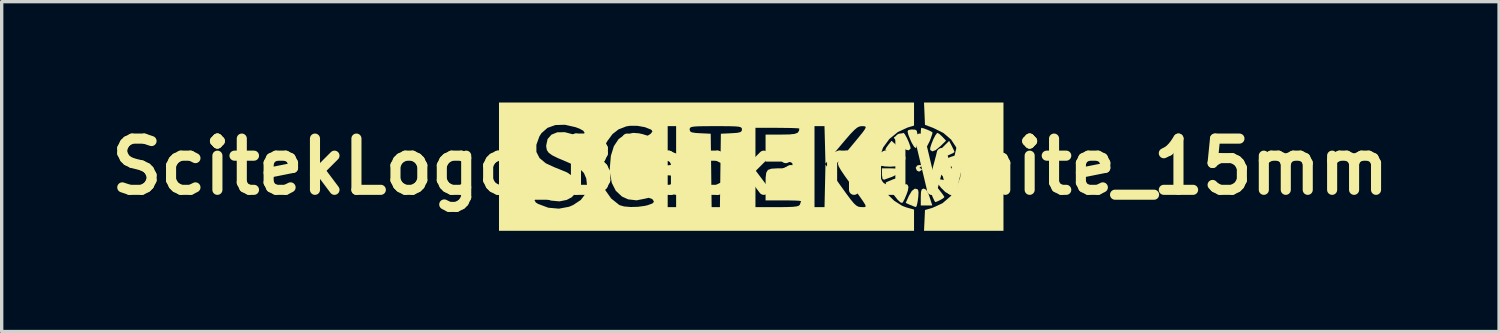
<source format=kicad_pcb>
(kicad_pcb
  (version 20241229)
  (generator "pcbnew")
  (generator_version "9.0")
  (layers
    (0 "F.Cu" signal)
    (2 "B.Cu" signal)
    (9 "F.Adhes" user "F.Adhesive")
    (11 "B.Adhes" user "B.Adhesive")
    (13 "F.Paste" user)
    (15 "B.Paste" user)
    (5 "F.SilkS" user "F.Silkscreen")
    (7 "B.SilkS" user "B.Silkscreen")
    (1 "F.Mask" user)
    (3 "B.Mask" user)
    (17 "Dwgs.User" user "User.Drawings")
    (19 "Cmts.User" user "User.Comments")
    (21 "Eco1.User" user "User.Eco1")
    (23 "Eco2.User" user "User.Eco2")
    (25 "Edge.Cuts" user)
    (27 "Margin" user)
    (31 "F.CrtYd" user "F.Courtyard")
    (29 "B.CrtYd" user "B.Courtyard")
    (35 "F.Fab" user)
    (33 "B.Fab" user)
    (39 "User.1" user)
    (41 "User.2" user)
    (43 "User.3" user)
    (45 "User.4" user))
  (footprint "ScitekLogo_BlackandWhite_15mm"
    (layer "F.Cu")
    (at 19.275 1.908)
    (property "Reference" "ScitekLogo_BlackandWhite_15mm" (at 0 0 0) (layer "F.SilkS") (effects (font (size 1.524 1.524) (thickness 0.3))))
    (attr board_only exclude_from_pos_files exclude_from_bom)
    (fp_poly (pts (xy 5.232 0.688) (xy 5.296 0.804) (xy 5.332 0.904) (xy 5.412 1.155) (xy 5.07 1.155) (xy 5.07 0.904) (xy 5.076 0.751) (xy 5.1 0.676) (xy 5.15 0.653) (xy 5.161 0.653)) (stroke (width 0) (type solid)) (fill yes) (layer "F.SilkS"))
    (fp_poly (pts (xy 5.106 -0.042) (xy 5.088 -0.012) (xy 5.07 0) (xy 5.027 0.04) (xy 5.06 0.049) (xy 5.102 0.078) (xy 5.095 0.1) (xy 5.021 0.149) (xy 4.953 0.117) (xy 4.918 0.033) (xy 4.964 -0.034) (xy 5.032 -0.049)) (stroke (width 0) (type solid)) (fill yes) (layer "F.SilkS"))
    (fp_poly (pts (xy 6.15 -0.322) (xy 6.171 -0.267) (xy 6.174 -0.179) (xy 6.174 0) (xy 5.932 0) (xy 5.783 -0.006) (xy 5.679 -0.023) (xy 5.656 -0.033) (xy 5.625 -0.101) (xy 5.681 -0.165) (xy 5.79 -0.219) (xy 5.977 -0.296) (xy 6.091 -0.33)) (stroke (width 0) (type solid)) (fill yes) (layer "F.SilkS"))
    (fp_poly (pts (xy 4.319 0.056) (xy 4.394 0.08) (xy 4.417 0.13) (xy 4.417 0.141) (xy 4.368 0.226) (xy 4.229 0.298) (xy 4.092 0.347) (xy 3.991 0.384) (xy 3.978 0.389) (xy 3.933 0.367) (xy 3.916 0.255) (xy 3.915 0.231) (xy 3.915 0.05) (xy 4.166 0.05)) (stroke (width 0) (type solid)) (fill yes) (layer "F.SilkS"))
    (fp_poly (pts (xy 4.675 0.539) (xy 4.703 0.602) (xy 4.687 0.71) (xy 4.647 0.825) (xy 4.588 0.964) (xy 4.536 1.059) (xy 4.518 1.079) (xy 4.462 1.062) (xy 4.381 0.985) (xy 4.369 0.97) (xy 4.262 0.834) (xy 4.439 0.657) (xy 4.556 0.552) (xy 4.631 0.519)) (stroke (width 0) (type solid)) (fill yes) (layer "F.SilkS"))
    (fp_poly (pts (xy 4.971 0.672) (xy 4.991 0.698) (xy 5.002 0.768) (xy 4.996 0.889) (xy 4.979 1.025) (xy 4.956 1.141) (xy 4.93 1.201) (xy 4.925 1.202) (xy 4.861 1.182) (xy 4.758 1.14) (xy 4.621 1.079) (xy 4.718 0.866) (xy 4.804 0.722) (xy 4.893 0.654)) (stroke (width 0) (type solid)) (fill yes) (layer "F.SilkS"))
    (fp_poly (pts (xy 5.624 -0.971) (xy 5.711 -0.891) (xy 5.714 -0.888) (xy 5.822 -0.772) (xy 5.657 -0.612) (xy 5.514 -0.492) (xy 5.414 -0.454) (xy 5.349 -0.497) (xy 5.352 -0.563) (xy 5.389 -0.681) (xy 5.444 -0.816) (xy 5.504 -0.933) (xy 5.554 -0.999) (xy 5.566 -1.004)) (stroke (width 0) (type solid)) (fill yes) (layer "F.SilkS"))
    (fp_poly (pts (xy 5.743 0.394) (xy 5.844 0.428) (xy 6.002 0.502) (xy 6.065 0.576) (xy 6.04 0.659) (xy 5.982 0.72) (xy 5.913 0.779) (xy 5.861 0.792) (xy 5.797 0.752) (xy 5.695 0.651) (xy 5.672 0.627) (xy 5.564 0.492) (xy 5.541 0.406) (xy 5.603 0.371)) (stroke (width 0) (type solid)) (fill yes) (layer "F.SilkS"))
    (fp_poly (pts (xy 4.387 -0.598) (xy 4.507 -0.47) (xy 4.547 -0.374) (xy 4.541 -0.339) (xy 4.513 -0.28) (xy 4.473 -0.261) (xy 4.397 -0.284) (xy 4.259 -0.349) (xy 4.229 -0.364) (xy 4.104 -0.434) (xy 4.027 -0.489) (xy 4.016 -0.506) (xy 4.044 -0.567) (xy 4.108 -0.655) (xy 4.2 -0.769)) (stroke (width 0) (type solid)) (fill yes) (layer "F.SilkS"))
    (fp_poly (pts (xy 5.994 -0.612) (xy 6.047 -0.502) (xy 6.073 -0.438) (xy 6.074 -0.435) (xy 6.032 -0.405) (xy 5.931 -0.357) (xy 5.805 -0.306) (xy 5.69 -0.266) (xy 5.624 -0.251) (xy 5.558 -0.288) (xy 5.543 -0.307) (xy 5.557 -0.369) (xy 5.629 -0.474) (xy 5.711 -0.565) (xy 5.914 -0.767)) (stroke (width 0) (type solid)) (fill yes) (layer "F.SilkS"))
    (fp_poly (pts (xy 4.905 -1.1) (xy 4.95 -1.069) (xy 4.967 -0.988) (xy 4.97 -0.832) (xy 4.97 -0.828) (xy 4.961 -0.672) (xy 4.938 -0.573) (xy 4.918 -0.552) (xy 4.87 -0.594) (xy 4.805 -0.702) (xy 4.767 -0.782) (xy 4.699 -0.95) (xy 4.677 -1.047) (xy 4.704 -1.091) (xy 4.784 -1.104) (xy 4.819 -1.104)) (stroke (width 0) (type solid)) (fill yes) (layer "F.SilkS"))
    (fp_poly (pts (xy 4.092 -0.334) (xy 4.214 -0.291) (xy 4.26 -0.273) (xy 4.387 -0.21) (xy 4.434 -0.148) (xy 4.431 -0.097) (xy 4.399 -0.039) (xy 4.325 -0.01) (xy 4.184 -0.000301) (xy 4.135 0) (xy 3.986 -0.008) (xy 3.888 -0.029) (xy 3.865 -0.048) (xy 3.886 -0.137) (xy 3.936 -0.245) (xy 3.991 -0.329) (xy 4.023 -0.351)) (stroke (width 0) (type solid)) (fill yes) (layer "F.SilkS"))
    (fp_poly (pts (xy 4.597 -0.962) (xy 4.653 -0.86) (xy 4.711 -0.732) (xy 4.754 -0.613) (xy 4.769 -0.543) (xy 4.73 -0.501) (xy 4.7 -0.486) (xy 4.628 -0.505) (xy 4.518 -0.582) (xy 4.439 -0.656) (xy 4.338 -0.766) (xy 4.278 -0.846) (xy 4.27 -0.871) (xy 4.348 -0.92) (xy 4.457 -0.972) (xy 4.545 -1.002) (xy 4.558 -1.004)) (stroke (width 0) (type solid)) (fill yes) (layer "F.SilkS"))
    (fp_poly (pts (xy 5.162 -1.137) (xy 5.269 -1.097) (xy 5.369 -1.051) (xy 5.42 -1.016) (xy 5.421 -1.013) (xy 5.405 -0.952) (xy 5.363 -0.831) (xy 5.339 -0.767) (xy 5.259 -0.61) (xy 5.178 -0.552) (xy 5.103 -0.586) (xy 5.087 -0.645) (xy 5.076 -0.763) (xy 5.07 -0.907) (xy 5.07 -1.042) (xy 5.078 -1.134) (xy 5.088 -1.155)) (stroke (width 0) (type solid)) (fill yes) (layer "F.SilkS"))
    (fp_poly (pts (xy 5.495 0.555) (xy 5.581 0.644) (xy 5.615 0.685) (xy 5.706 0.802) (xy 5.763 0.885) (xy 5.773 0.907) (xy 5.734 0.943) (xy 5.645 0.995) (xy 5.551 1.04) (xy 5.5 1.054) (xy 5.473 1.012) (xy 5.424 0.906) (xy 5.399 0.845) (xy 5.351 0.709) (xy 5.346 0.629) (xy 5.382 0.57) (xy 5.387 0.565) (xy 5.438 0.533)) (stroke (width 0) (type solid)) (fill yes) (layer "F.SilkS"))
    (fp_poly (pts (xy 4.467 0.338) (xy 4.502 0.359) (xy 4.532 0.405) (xy 4.509 0.469) (xy 4.423 0.571) (xy 4.384 0.61) (xy 4.273 0.718) (xy 4.19 0.788) (xy 4.161 0.803) (xy 4.123 0.761) (xy 4.076 0.658) (xy 4.071 0.644) (xy 4.037 0.534) (xy 4.027 0.476) (xy 4.028 0.474) (xy 4.078 0.449) (xy 4.188 0.402) (xy 4.236 0.381) (xy 4.378 0.334)) (stroke (width 0) (type solid)) (fill yes) (layer "F.SilkS"))
    (fp_poly (pts (xy 6.093 0.069) (xy 6.166 0.095) (xy 6.205 0.14) (xy 6.19 0.217) (xy 6.153 0.295) (xy 6.096 0.397) (xy 6.062 0.447) (xy 6.06 0.448) (xy 6.012 0.426) (xy 5.904 0.376) (xy 5.848 0.35) (xy 5.727 0.283) (xy 5.659 0.222) (xy 5.652 0.204) (xy 5.664 0.106) (xy 5.665 0.1) (xy 5.714 0.07) (xy 5.826 0.054) (xy 5.965 0.054)) (stroke (width 0) (type solid)) (fill yes) (layer "F.SilkS"))
    (fp_poly (pts (xy 7.53 1.908) (xy 5.166 1.908) (xy 5.181 1.599) (xy 5.195 1.29) (xy 5.421 1.224) (xy 5.715 1.089) (xy 5.955 0.883) (xy 6.133 0.622) (xy 6.242 0.322) (xy 6.277 0.002) (xy 6.229 -0.324) (xy 6.144 -0.544) (xy 5.973 -0.804) (xy 5.743 -1.002) (xy 5.437 -1.153) (xy 5.195 -1.244) (xy 5.181 -1.576) (xy 5.166 -1.908) (xy 7.53 -1.908)) (stroke (width 0) (type solid)) (fill yes) (layer "F.SilkS"))
    (fp_poly (pts (xy 4.869 -1.221) (xy 4.676 -1.163) (xy 4.387 -1.029) (xy 4.134 -0.822) (xy 3.948 -0.568) (xy 3.942 -0.554) (xy 3.843 -0.265) (xy 3.81 0.055) (xy 3.845 0.369) (xy 3.92 0.586) (xy 4.071 0.814) (xy 4.281 1.016) (xy 4.517 1.166) (xy 4.656 1.218) (xy 4.869 1.276) (xy 4.869 1.908) (xy -7.479 1.908) (xy -7.479 1.004) (xy -6.42 1.004) (xy -6.382 1.068) (xy -6.315 1.109) (xy -6.012 1.222) (xy -5.696 1.25) (xy -5.454 1.205) (xy -2.46 1.205) (xy -2.209 1.205) (xy -2.209 -1.107) (xy -1.807 -1.107) (xy -1.794 -1.052) (xy -1.742 -1.02) (xy -1.627 -1.002) (xy -1.493 -0.994) (xy -1.18 -0.979) (xy -1.166 0.113) (xy -1.153 1.205) (xy -0.906 1.205) (xy 0.151 1.205) (xy 0.798 1.205) (xy 1.908 1.205) (xy 2.206 1.205) (xy 2.22 0.57) (xy 2.234 -0.064) (xy 2.686 0.569) (xy 2.859 0.81) (xy 2.987 0.981) (xy 3.082 1.094) (xy 3.155 1.16) (xy 3.217 1.193) (xy 3.281 1.203) (xy 3.303 1.203) (xy 3.37 1.205) (xy 3.414 1.201) (xy 3.431 1.179) (xy 3.415 1.13) (xy 3.36 1.041) (xy 3.262 0.9) (xy 3.114 0.697) (xy 2.976 0.508) (xy 2.809 0.276) (xy 2.697 0.11) (xy 2.631 -0.003) (xy 2.605 -0.078) (xy 2.611 -0.128) (xy 2.622 -0.145) (xy 2.678 -0.215) (xy 2.783 -0.343) (xy 2.92 -0.509) (xy 3.04 -0.653) (xy 3.219 -0.869) (xy 3.341 -1.02) (xy 3.41 -1.117) (xy 3.433 -1.172) (xy 3.416 -1.197) (xy 3.364 -1.204) (xy 3.317 -1.205) (xy 3.249 -1.196) (xy 3.178 -1.162) (xy 3.092 -1.09) (xy 2.976 -0.97) (xy 2.819 -0.789) (xy 2.699 -0.647) (xy 2.234 -0.089) (xy 2.22 -0.647) (xy 2.205 -1.205) (xy 1.908 -1.205) (xy 1.908 1.205) (xy 0.798 1.205) (xy 1.07 1.203) (xy 1.258 1.196) (xy 1.377 1.183) (xy 1.444 1.161) (xy 1.474 1.129) (xy 1.475 1.125) (xy 1.502 1.045) (xy 1.506 1.025) (xy 1.459 1.016) (xy 1.333 1.009) (xy 1.147 1.005) (xy 0.979 1.004) (xy 0.452 1.004) (xy 0.452 0.558) (xy 0.454 0.328) (xy 0.472 0.181) (xy 0.522 0.098) (xy 0.623 0.061) (xy 0.792 0.051) (xy 0.933 0.05) (xy 1.108 0.047) (xy 1.205 0.033) (xy 1.247 0.000476) (xy 1.255 -0.05) (xy 1.247 -0.1) (xy 1.208 -0.13) (xy 1.119 -0.145) (xy 0.959 -0.15) (xy 0.853 -0.151) (xy 0.452 -0.151) (xy 0.452 -0.954) (xy 0.923 -0.954) (xy 1.163 -0.958) (xy 1.319 -0.975) (xy 1.408 -1.009) (xy 1.448 -1.068) (xy 1.456 -1.134) (xy 1.409 -1.141) (xy 1.28 -1.148) (xy 1.088 -1.152) (xy 0.851 -1.154) (xy 0.803 -1.155) (xy 0.151 -1.155) (xy 0.151 1.205) (xy -0.906 1.205) (xy -0.892 0.113) (xy -0.878 -0.979) (xy -0.565 -0.994) (xy -0.391 -1.006) (xy -0.296 -1.027) (xy -0.257 -1.065) (xy -0.251 -1.107) (xy -0.256 -1.144) (xy -0.282 -1.17) (xy -0.343 -1.188) (xy -0.453 -1.198) (xy -0.628 -1.203) (xy -0.881 -1.205) (xy -1.029 -1.205) (xy -1.324 -1.204) (xy -1.533 -1.201) (xy -1.672 -1.193) (xy -1.753 -1.179) (xy -1.793 -1.157) (xy -1.806 -1.125) (xy -1.807 -1.107) (xy -2.209 -1.107) (xy -2.209 -1.205) (xy -2.46 -1.205) (xy -2.46 1.205) (xy -5.454 1.205) (xy -5.393 1.193) (xy -5.272 1.142) (xy -5.046 0.992) (xy -4.911 0.816) (xy -4.861 0.601) (xy -4.86 0.555) (xy -4.883 0.35) (xy -4.953 0.188) (xy -5.086 0.054) (xy -5.135 0.025) (xy -4.44 0.025) (xy -4.434 0.272) (xy -4.413 0.45) (xy -4.374 0.588) (xy -4.332 0.678) (xy -4.142 0.947) (xy -3.901 1.14) (xy -3.89 1.146) (xy -3.759 1.184) (xy -3.565 1.201) (xy -3.347 1.195) (xy -3.139 1.167) (xy -3.055 1.147) (xy -2.916 1.096) (xy -2.868 1.046) (xy -2.901 0.985) (xy -2.93 0.959) (xy -3.027 0.927) (xy -3.135 0.953) (xy -3.386 1.002) (xy -3.637 0.973) (xy -3.82 0.89) (xy -4.005 0.716) (xy -4.123 0.482) (xy -4.177 0.178) (xy -4.181 0.029) (xy -4.15 -0.325) (xy -4.06 -0.611) (xy -3.918 -0.823) (xy -3.726 -0.956) (xy -3.489 -1.004) (xy -3.482 -1.004) (xy -3.318 -0.992) (xy -3.183 -0.962) (xy -3.153 -0.949) (xy -3.053 -0.922) (xy -2.968 -0.976) (xy -2.915 -1.044) (xy -2.937 -1.088) (xy -2.962 -1.105) (xy -3.136 -1.174) (xy -3.358 -1.214) (xy -3.58 -1.216) (xy -3.695 -1.197) (xy -3.923 -1.108) (xy -4.101 -0.97) (xy -4.255 -0.762) (xy -4.294 -0.694) (xy -4.367 -0.553) (xy -4.411 -0.429) (xy -4.433 -0.29) (xy -4.44 -0.1) (xy -4.44 0.025) (xy -5.135 0.025) (xy -5.294 -0.068) (xy -5.482 -0.151) (xy -5.729 -0.255) (xy -5.897 -0.338) (xy -6 -0.413) (xy -6.054 -0.492) (xy -6.073 -0.587) (xy -6.074 -0.634) (xy -6.033 -0.821) (xy -5.918 -0.952) (xy -5.743 -1.022) (xy -5.52 -1.025) (xy -5.283 -0.963) (xy -5.126 -0.909) (xy -5.034 -0.895) (xy -4.979 -0.919) (xy -4.967 -0.932) (xy -4.932 -1.006) (xy -4.971 -1.069) (xy -5.092 -1.134) (xy -5.204 -1.175) (xy -5.519 -1.246) (xy -5.8 -1.238) (xy -6.036 -1.154) (xy -6.216 -0.996) (xy -6.277 -0.899) (xy -6.367 -0.651) (xy -6.366 -0.437) (xy -6.272 -0.254) (xy -6.084 -0.098) (xy -5.799 0.032) (xy -5.748 0.05) (xy -5.451 0.173) (xy -5.251 0.311) (xy -5.148 0.465) (xy -5.14 0.612) (xy -5.201 0.789) (xy -5.315 0.911) (xy -5.465 0.99) (xy -5.681 1.033) (xy -5.932 1.01) (xy -6.181 0.924) (xy -6.194 0.918) (xy -6.3 0.873) (xy -6.358 0.884) (xy -6.381 0.911) (xy -6.42 1.004) (xy -7.479 1.004) (xy -7.479 -1.908) (xy 4.869 -1.908)) (stroke (width 0) (type solid)) (fill yes) (layer "F.SilkS")))
  (gr_rect
    (start -3 -3)
    (end 41.55 6.815)
    (stroke (width 0.1) (type default))
    (fill no)
    (layer "Edge.Cuts")))
</source>
